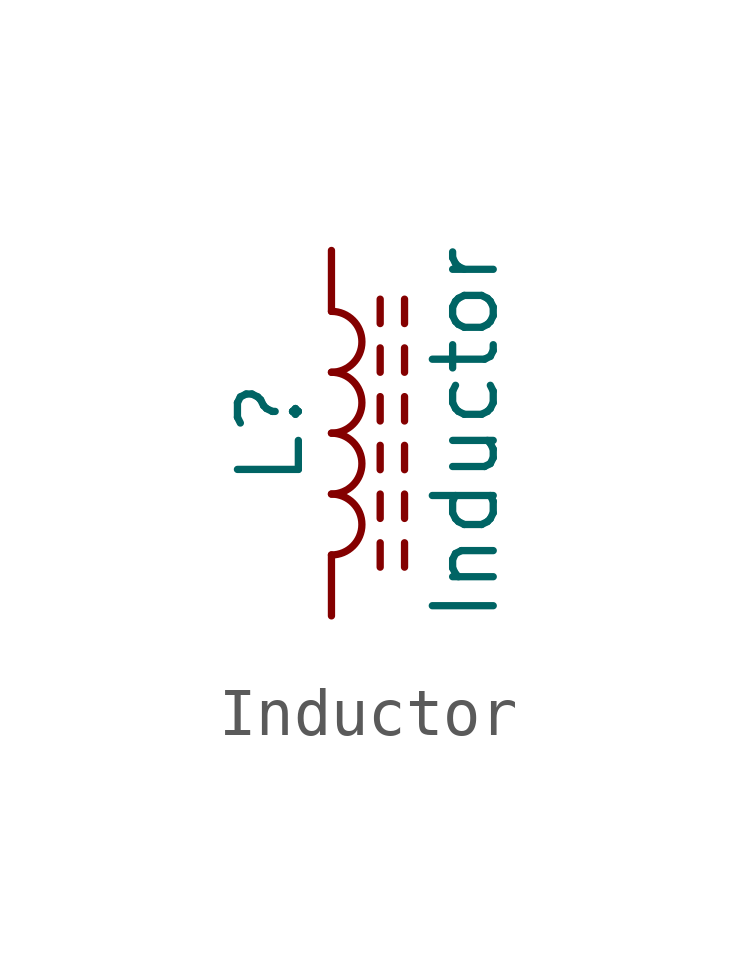
<source format=kicad_sym>
(kicad_symbol_lib
  (version 20241209)
  (generator "kicad_symbol_editor")
  (generator_version "9.0")
  (symbol "Inductor"
    (pin_numbers
      (hide yes))
    (pin_names
      (offset 1.016)
      (hide yes))
    (property "Reference" "L"
      (at -1.27 0 90)
      (effects (font (size 1.27 1.27))))
    (property "Value" "Inductor"
      (at 2.794 0 90)
      (effects (font (size 1.27 1.27))))
    (symbol "Inductor_0_1"
      (arc (start 0 2.54) (mid 0.6323 1.905) (end 0 1.27) (stroke (width 0) (type default)) (fill (type none)))
      (arc (start 0 1.27) (mid 0.6323 0.635) (end 0 0) (stroke (width 0) (type default)) (fill (type none)))
      (arc (start 0 0) (mid 0.6323 -0.635) (end 0 -1.27) (stroke (width 0) (type default)) (fill (type none)))
      (arc (start 0 -1.27) (mid 0.6323 -1.905) (end 0 -2.54) (stroke (width 0) (type default)) (fill (type none)))
      (polyline (pts (xy 1.016 2.286) (xy 1.016 2.794)) (stroke (width 0) (type default)) (fill (type none)))
      (polyline (pts (xy 1.016 1.27) (xy 1.016 1.778)) (stroke (width 0) (type default)) (fill (type none)))
      (polyline (pts (xy 1.016 0.254) (xy 1.016 0.762)) (stroke (width 0) (type default)) (fill (type none)))
      (polyline (pts (xy 1.016 -0.762) (xy 1.016 -0.254)) (stroke (width 0) (type default)) (fill (type none)))
      (polyline (pts (xy 1.016 -1.778) (xy 1.016 -1.27)) (stroke (width 0) (type default)) (fill (type none)))
      (polyline (pts (xy 1.016 -2.794) (xy 1.016 -2.286)) (stroke (width 0) (type default)) (fill (type none)))
      (polyline (pts (xy 1.524 2.794) (xy 1.524 2.286)) (stroke (width 0) (type default)) (fill (type none)))
      (polyline (pts (xy 1.524 1.778) (xy 1.524 1.27)) (stroke (width 0) (type default)) (fill (type none)))
      (polyline (pts (xy 1.524 0.762) (xy 1.524 0.254)) (stroke (width 0) (type default)) (fill (type none)))
      (polyline (pts (xy 1.524 -0.254) (xy 1.524 -0.762)) (stroke (width 0) (type default)) (fill (type none)))
      (polyline (pts (xy 1.524 -1.27) (xy 1.524 -1.778)) (stroke (width 0) (type default)) (fill (type none)))
      (polyline (pts (xy 1.524 -2.286) (xy 1.524 -2.794)) (stroke (width 0) (type default)) (fill (type none))))
    (symbol "Inductor_1_1"
      (pin passive line (at 0 3.81 270) (length 1.27) (name "1" (effects (font (size 1.27 1.27)))) (number "1" (effects (font (size 1.27 1.27)))))
      (pin passive line (at 0 -3.81 90) (length 1.27) (name "2" (effects (font (size 1.27 1.27)))) (number "2" (effects (font (size 1.27 1.27))))))))
</source>
